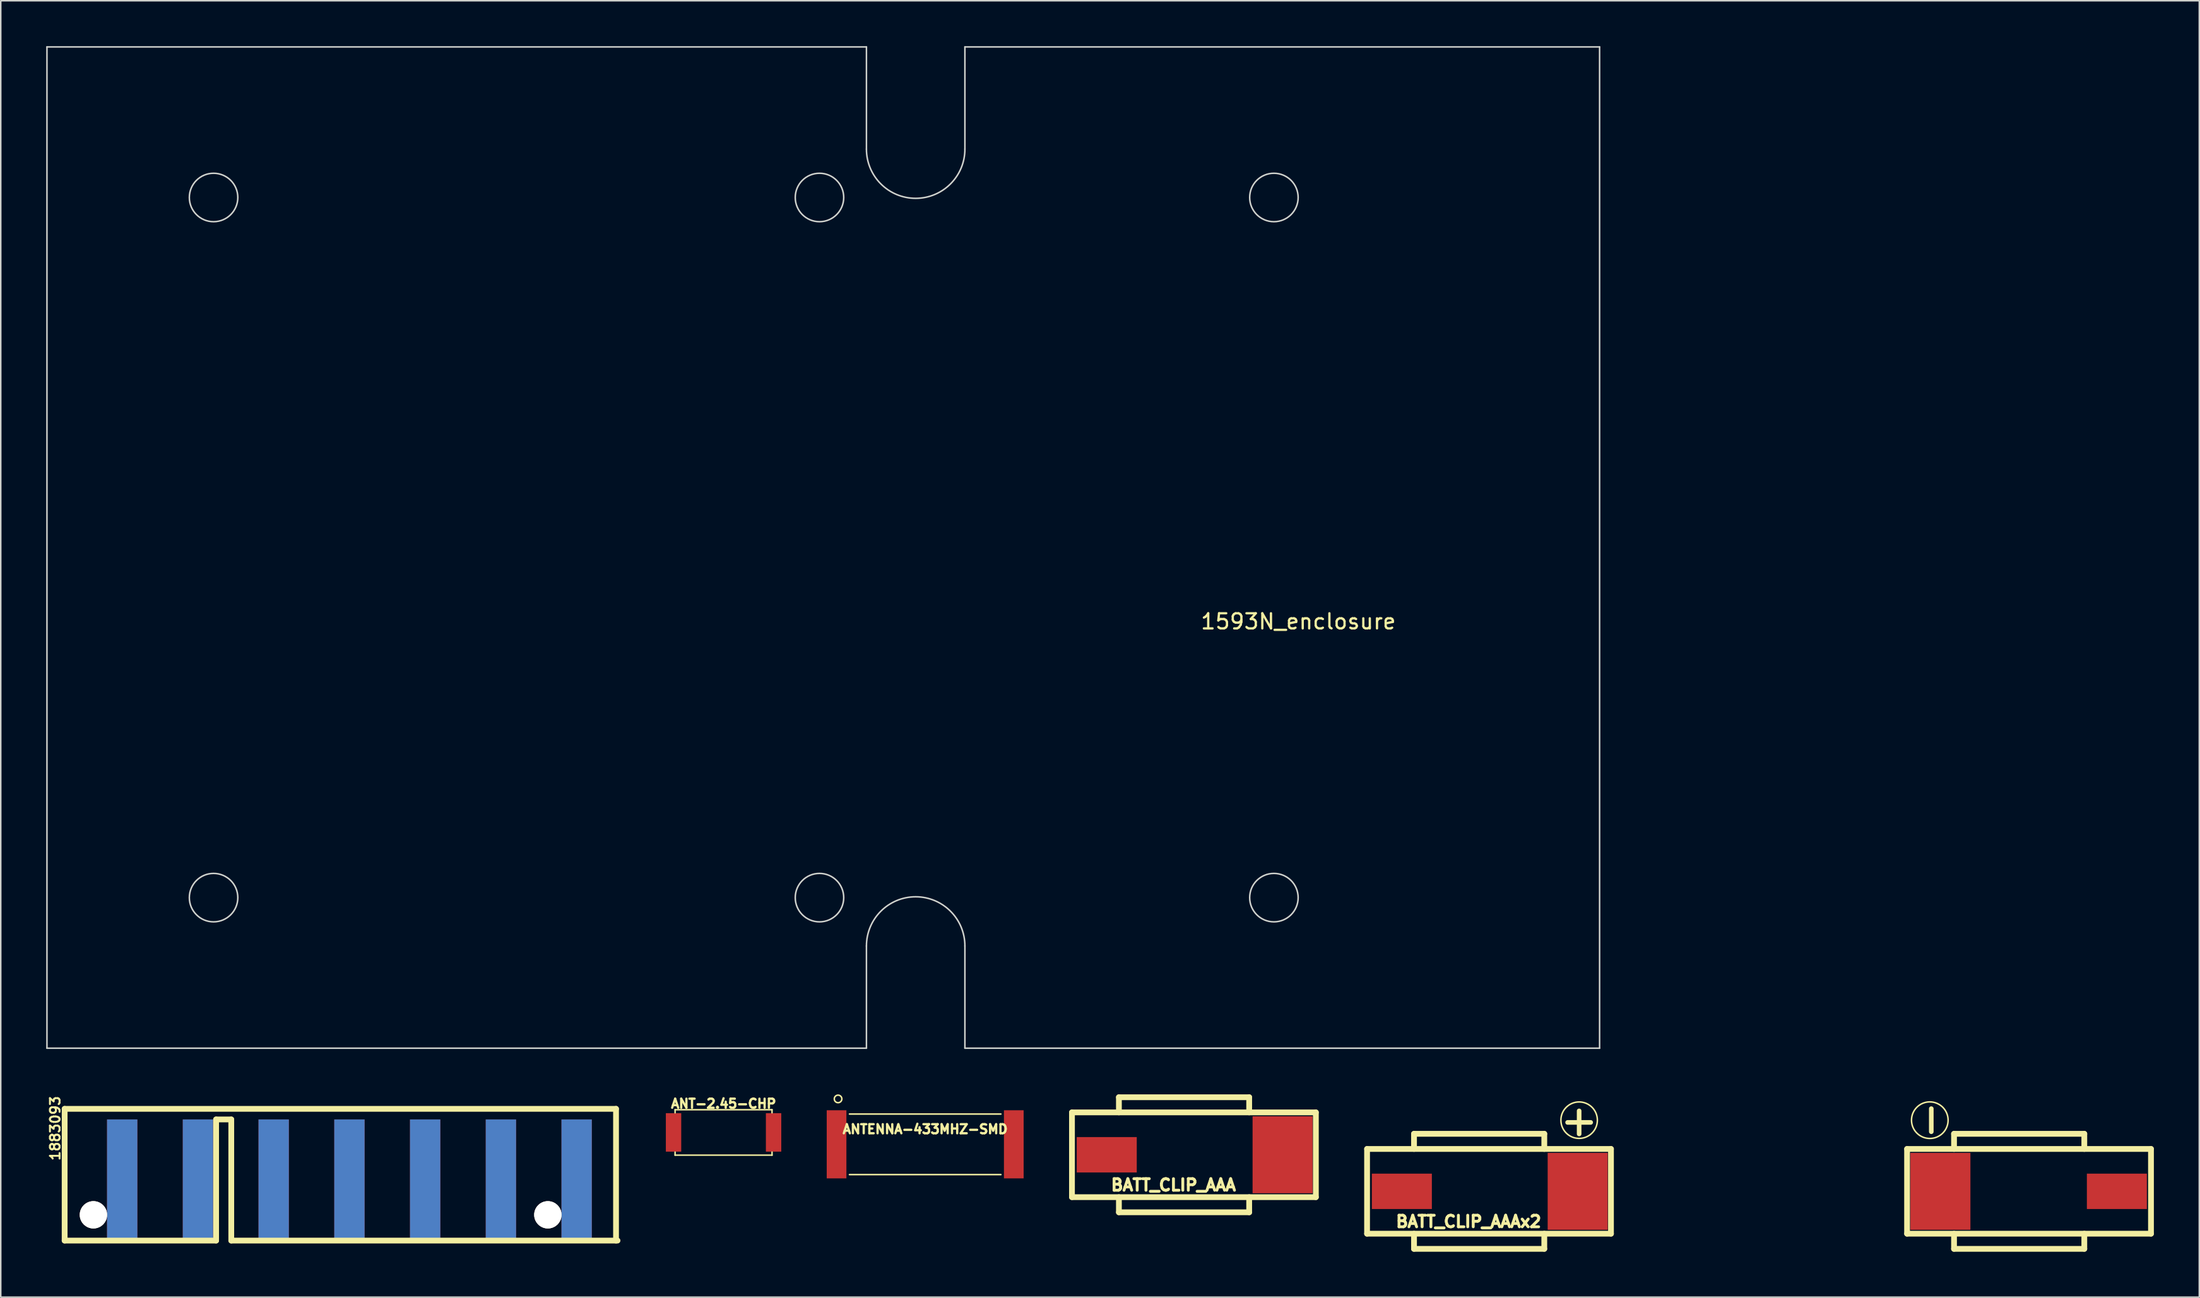
<source format=kicad_pcb>
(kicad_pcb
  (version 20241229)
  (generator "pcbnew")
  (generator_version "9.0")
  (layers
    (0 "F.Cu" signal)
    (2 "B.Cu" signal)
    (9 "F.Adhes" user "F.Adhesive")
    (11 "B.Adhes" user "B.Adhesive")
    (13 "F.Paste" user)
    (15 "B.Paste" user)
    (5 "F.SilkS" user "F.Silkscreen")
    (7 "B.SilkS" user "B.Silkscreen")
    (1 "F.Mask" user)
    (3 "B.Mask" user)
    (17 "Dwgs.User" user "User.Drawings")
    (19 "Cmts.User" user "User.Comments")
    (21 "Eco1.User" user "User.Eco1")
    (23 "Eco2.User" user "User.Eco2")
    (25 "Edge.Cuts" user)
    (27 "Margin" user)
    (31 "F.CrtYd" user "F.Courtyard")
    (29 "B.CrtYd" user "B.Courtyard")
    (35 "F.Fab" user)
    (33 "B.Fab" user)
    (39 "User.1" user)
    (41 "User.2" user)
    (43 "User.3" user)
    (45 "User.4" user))
  (footprint "1883093"
    (layer "F.Cu")
    (at 1.217 70.898)
    (property "Reference" "1883093" (at -0.622 0.587 90) (layer "F.SilkS") (effects (font (size 0.635 0.635) (thickness 0.127))))
    (attr through_hole)
    (fp_line (start 0 -0.701) (end 36.401 -0.701) (stroke (width 0.381) (type solid)) (layer "F.SilkS"))
    (fp_line (start 0 8.001) (end 0 -0.701) (stroke (width 0.381) (type solid)) (layer "F.SilkS"))
    (fp_line (start 10 0) (end 10 8.001) (stroke (width 0.381) (type solid)) (layer "F.SilkS"))
    (fp_line (start 10 0) (end 11.001 0) (stroke (width 0.381) (type solid)) (layer "F.SilkS"))
    (fp_line (start 10 8.001) (end 0 8.001) (stroke (width 0.381) (type solid)) (layer "F.SilkS"))
    (fp_line (start 11.001 8.001) (end 11.001 0) (stroke (width 0.381) (type solid)) (layer "F.SilkS"))
    (fp_line (start 11.001 8.001) (end 36.5 8.001) (stroke (width 0.381) (type solid)) (layer "F.SilkS"))
    (fp_line (start 36.401 -0.701) (end 36.401 8.001) (stroke (width 0.381) (type solid)) (layer "F.SilkS"))
    (pad "" thru_hole circle (at 1.9 6.299) (size 1.801 1.801) (drill 1.801) (layers "*.Cu" "*.Mask" "F.SilkS"))
    (pad "" thru_hole circle (at 31.9 6.299) (size 1.801 1.801) (drill 1.801) (layers "*.Cu" "*.Mask" "F.SilkS"))
    (pad "1" connect rect (at 3.8 4) (size 1.999 8.001) (layers "*.Cu" "*.Mask"))
    (pad "2" connect rect (at 8.801 4) (size 1.999 8.001) (layers "*.Cu" "*.Mask"))
    (pad "3" connect rect (at 13.8 4) (size 1.999 8.001) (layers "*.Cu" "*.Mask"))
    (pad "4" connect rect (at 18.801 4) (size 1.999 8.001) (layers "*.Cu" "*.Mask"))
    (pad "5" connect rect (at 23.8 4) (size 1.999 8.001) (layers "*.Cu" "*.Mask"))
    (pad "6" connect rect (at 28.801 4) (size 1.999 8.001) (layers "*.Cu" "*.Mask"))
    (pad "7" connect rect (at 33.8 4) (size 1.999 8.001) (layers "*.Cu" "*.Mask")))
  (footprint "BATT_CLIP_AAAx2"
    (layer "F.Cu")
    (at 95.3 75.646)
    (property "Reference" "BATT_CLIP_AAAx2" (at -1.4 1.999 0) (layer "F.SilkS") (effects (font (size 0.762 0.762) (thickness 0.191))))
    (attr through_hole)
    (fp_line (start -8.1 -2.799) (end -8.1 2.799) (stroke (width 0.381) (type solid)) (layer "F.SilkS"))
    (fp_line (start -8.1 -2.799) (end 8.001 -2.799) (stroke (width 0.381) (type solid)) (layer "F.SilkS"))
    (fp_line (start -5.001 -3.8) (end -5.001 -2.799) (stroke (width 0.381) (type solid)) (layer "F.SilkS"))
    (fp_line (start -5.001 2.799) (end -5.001 3.8) (stroke (width 0.381) (type solid)) (layer "F.SilkS"))
    (fp_line (start -5.001 3.8) (end 3.599 3.8) (stroke (width 0.381) (type solid)) (layer "F.SilkS"))
    (fp_line (start 3.599 -3.8) (end -5.001 -3.8) (stroke (width 0.381) (type solid)) (layer "F.SilkS"))
    (fp_line (start 3.599 -2.799) (end 3.599 -3.8) (stroke (width 0.381) (type solid)) (layer "F.SilkS"))
    (fp_line (start 3.599 3.8) (end 3.599 2.799) (stroke (width 0.381) (type solid)) (layer "F.SilkS"))
    (fp_line (start 8.001 -2.799) (end 8.001 2.799) (stroke (width 0.381) (type solid)) (layer "F.SilkS"))
    (fp_line (start 8.001 2.799) (end -8.1 2.799) (stroke (width 0.381) (type solid)) (layer "F.SilkS"))
    (fp_line (start 27.55 2.799) (end 27.55 -2.799) (stroke (width 0.381) (type solid)) (layer "F.SilkS"))
    (fp_line (start 27.55 2.799) (end 43.651 2.799) (stroke (width 0.381) (type solid)) (layer "F.SilkS"))
    (fp_line (start 30.649 -3.8) (end 39.249 -3.8) (stroke (width 0.381) (type solid)) (layer "F.SilkS"))
    (fp_line (start 30.649 -2.799) (end 30.649 -3.8) (stroke (width 0.381) (type solid)) (layer "F.SilkS"))
    (fp_line (start 30.649 3.8) (end 30.649 2.799) (stroke (width 0.381) (type solid)) (layer "F.SilkS"))
    (fp_line (start 39.249 -3.8) (end 39.249 -2.799) (stroke (width 0.381) (type solid)) (layer "F.SilkS"))
    (fp_line (start 39.249 2.799) (end 39.249 3.8) (stroke (width 0.381) (type solid)) (layer "F.SilkS"))
    (fp_line (start 39.249 3.8) (end 30.649 3.8) (stroke (width 0.381) (type solid)) (layer "F.SilkS"))
    (fp_line (start 43.651 -2.799) (end 27.55 -2.799) (stroke (width 0.381) (type solid)) (layer "F.SilkS"))
    (fp_line (start 43.651 2.799) (end 43.651 -2.799) (stroke (width 0.381) (type solid)) (layer "F.SilkS"))
    (fp_circle (center 5.9 -4.7) (end 5.1 -3.8) (stroke (width 0.099) (type solid)) (fill no) (layer "F.SilkS"))
    (fp_circle (center 29.05 -4.7) (end 30.15 -4.2) (stroke (width 0.099) (type solid)) (fill no) (layer "F.SilkS"))
    (fp_text user "-" (at 29 -4.7 90) (layer "F.SilkS") (effects (font (size 2 2) (thickness 0.305))))
    (fp_text user "+" (at 5.9 -4.7 0) (layer "F.SilkS") (effects (font (size 2 2) (thickness 0.305))))
    (pad "1" smd rect (at -5.804 0) (size 3.962 2.337) (layers "F.Cu" "F.Mask" "F.Paste"))
    (pad "1" smd rect (at 5.804 0) (size 3.962 5.08) (layers "F.Cu" "F.Mask" "F.Paste"))
    (pad "2" smd rect (at 29.75 0) (size 3.962 5.08) (layers "F.Cu" "F.Mask" "F.Paste"))
    (pad "2" smd rect (at 41.4 0) (size 3.962 2.337) (layers "F.Cu" "F.Mask" "F.Paste")))
  (footprint "BATT_CLIP_AAA"
    (layer "F.Cu")
    (at 75.818 73.231)
    (property "Reference" "BATT_CLIP_AAA" (at -1.4 1.999 0) (layer "F.SilkS") (effects (font (size 0.762 0.762) (thickness 0.191))))
    (attr through_hole)
    (fp_line (start -8.1 -2.799) (end -8.1 2.799) (stroke (width 0.381) (type solid)) (layer "F.SilkS"))
    (fp_line (start -8.1 -2.799) (end 8.001 -2.799) (stroke (width 0.381) (type solid)) (layer "F.SilkS"))
    (fp_line (start -5.001 -3.8) (end -5.001 -2.799) (stroke (width 0.381) (type solid)) (layer "F.SilkS"))
    (fp_line (start -5.001 2.799) (end -5.001 3.8) (stroke (width 0.381) (type solid)) (layer "F.SilkS"))
    (fp_line (start -5.001 3.8) (end 3.599 3.8) (stroke (width 0.381) (type solid)) (layer "F.SilkS"))
    (fp_line (start 3.599 -3.8) (end -5.001 -3.8) (stroke (width 0.381) (type solid)) (layer "F.SilkS"))
    (fp_line (start 3.599 -2.799) (end 3.599 -3.8) (stroke (width 0.381) (type solid)) (layer "F.SilkS"))
    (fp_line (start 3.599 3.8) (end 3.599 2.799) (stroke (width 0.381) (type solid)) (layer "F.SilkS"))
    (fp_line (start 8.001 -2.799) (end 8.001 2.799) (stroke (width 0.381) (type solid)) (layer "F.SilkS"))
    (fp_line (start 8.001 2.799) (end -8.1 2.799) (stroke (width 0.381) (type solid)) (layer "F.SilkS"))
    (pad "1" smd rect (at -5.804 0) (size 3.962 2.337) (layers "F.Cu" "F.Mask" "F.Paste"))
    (pad "1" smd rect (at 5.804 0) (size 3.962 5.08) (layers "F.Cu" "F.Mask" "F.Paste")))
  (footprint "1593N_enclosure"
    (layer "F.Cu")
    (at 59.565 43.405)
    (property "Reference" "1593N_enclosure" (at 23.1 -5.4 0) (layer "F.SilkS") (effects (font (size 1 1) (thickness 0.15))))
    (attr through_hole)
    (fp_line (start -59.515 -43.355) (end -59.515 22.786) (stroke (width 0.1) (type solid)) (layer "Edge.Cuts"))
    (fp_line (start -59.515 22.786) (end -5.415 22.786) (stroke (width 0.1) (type solid)) (layer "Edge.Cuts"))
    (fp_line (start -5.415 -43.355) (end -59.515 -43.355) (stroke (width 0.1) (type solid)) (layer "Edge.Cuts"))
    (fp_line (start -5.415 -36.604) (end -5.415 -43.355) (stroke (width 0.1) (type solid)) (layer "Edge.Cuts"))
    (fp_line (start -5.415 22.786) (end -5.415 16.035) (stroke (width 0.1) (type solid)) (layer "Edge.Cuts"))
    (fp_line (start 1.085 -43.355) (end 1.085 -36.604) (stroke (width 0.1) (type solid)) (layer "Edge.Cuts"))
    (fp_line (start 1.085 16.035) (end 1.085 22.786) (stroke (width 0.1) (type solid)) (layer "Edge.Cuts"))
    (fp_line (start 1.085 22.786) (end 42.985 22.786) (stroke (width 0.1) (type solid)) (layer "Edge.Cuts"))
    (fp_line (start 42.985 -43.355) (end 1.085 -43.355) (stroke (width 0.1) (type solid)) (layer "Edge.Cuts"))
    (fp_line (start 42.985 22.786) (end 42.985 -43.355) (stroke (width 0.1) (type solid)) (layer "Edge.Cuts"))
    (fp_arc (start -5.414872 16.034567) (mid -2.164872 12.784567) (end 1.085128 16.034567) (stroke (width 0.1) (type solid)) (layer "Edge.Cuts"))
    (fp_arc (start 1.085128 -36.603853) (mid -2.164872 -33.353853) (end -5.414872 -36.603853) (stroke (width 0.1) (type solid)) (layer "Edge.Cuts"))
    (fp_circle (center -48.515 -33.41) (end -46.915 -33.41) (stroke (width 0.1) (type solid)) (fill no) (layer "Edge.Cuts"))
    (fp_circle (center -48.515 12.84) (end -46.915 12.84) (stroke (width 0.1) (type solid)) (fill no) (layer "Edge.Cuts"))
    (fp_circle (center -8.515 -33.41) (end -6.915 -33.41) (stroke (width 0.1) (type solid)) (fill no) (layer "Edge.Cuts"))
    (fp_circle (center -8.515 12.84) (end -6.915 12.84) (stroke (width 0.1) (type solid)) (fill no) (layer "Edge.Cuts"))
    (fp_circle (center 21.485 -33.41) (end 23.085 -33.41) (stroke (width 0.1) (type solid)) (fill no) (layer "Edge.Cuts"))
    (fp_circle (center 21.485 12.84) (end 23.085 12.84) (stroke (width 0.1) (type solid)) (fill no) (layer "Edge.Cuts")))
  (footprint "ANTENNA-433MHZ-SMD"
    (layer "F.Cu")
    (at 58.027 72.541)
    (property "Reference" "ANTENNA-433MHZ-SMD" (at 0 -1 0) (layer "F.SilkS") (effects (font (size 0.6 0.6) (thickness 0.15))))
    (attr through_hole)
    (fp_line (start -5 -2) (end 5 -2) (stroke (width 0.099) (type solid)) (layer "F.SilkS"))
    (fp_line (start 5 2) (end -5 2) (stroke (width 0.099) (type solid)) (layer "F.SilkS"))
    (fp_circle (center -5.75 -3) (end -5.5 -3) (stroke (width 0.099) (type solid)) (fill no) (layer "F.SilkS"))
    (pad "" smd rect (at 5.85 0) (size 1.3 4.5) (layers "F.Cu" "F.Mask" "F.Paste"))
    (pad "1" smd rect (at -5.85 0) (size 1.3 4.5) (layers "F.Cu" "F.Mask" "F.Paste")))
  (footprint "ANT-2.45-CHP"
    (layer "F.Cu")
    (at 44.717 71.755)
    (property "Reference" "ANT-2.45-CHP" (at 0 -1.9 0) (layer "F.SilkS") (effects (font (size 0.599 0.599) (thickness 0.15))))
    (attr through_hole)
    (fp_line (start -3.2 -1.501) (end 3.2 -1.501) (stroke (width 0.099) (type solid)) (layer "F.SilkS"))
    (fp_line (start -3.2 -1.3) (end -3.2 -1.501) (stroke (width 0.099) (type solid)) (layer "F.SilkS"))
    (fp_line (start -3.2 1.501) (end -3.2 1.3) (stroke (width 0.099) (type solid)) (layer "F.SilkS"))
    (fp_line (start 3.2 -1.501) (end 3.2 -1.3) (stroke (width 0.099) (type solid)) (layer "F.SilkS"))
    (fp_line (start 3.2 1.3) (end 3.2 1.501) (stroke (width 0.099) (type solid)) (layer "F.SilkS"))
    (fp_line (start 3.2 1.501) (end -3.2 1.501) (stroke (width 0.099) (type solid)) (layer "F.SilkS"))
    (pad "1" smd rect (at -3.302 0) (size 1.016 2.54) (layers "F.Cu" "F.Mask" "F.Paste"))
    (pad "2" smd rect (at 3.302 0) (size 1.016 2.54) (layers "F.Cu" "F.Mask" "F.Paste")))
  (gr_rect
    (start -3 -3)
    (end 142.141 82.636)
    (stroke (width 0.1) (type default))
    (fill no)
    (layer "Edge.Cuts")))
</source>
